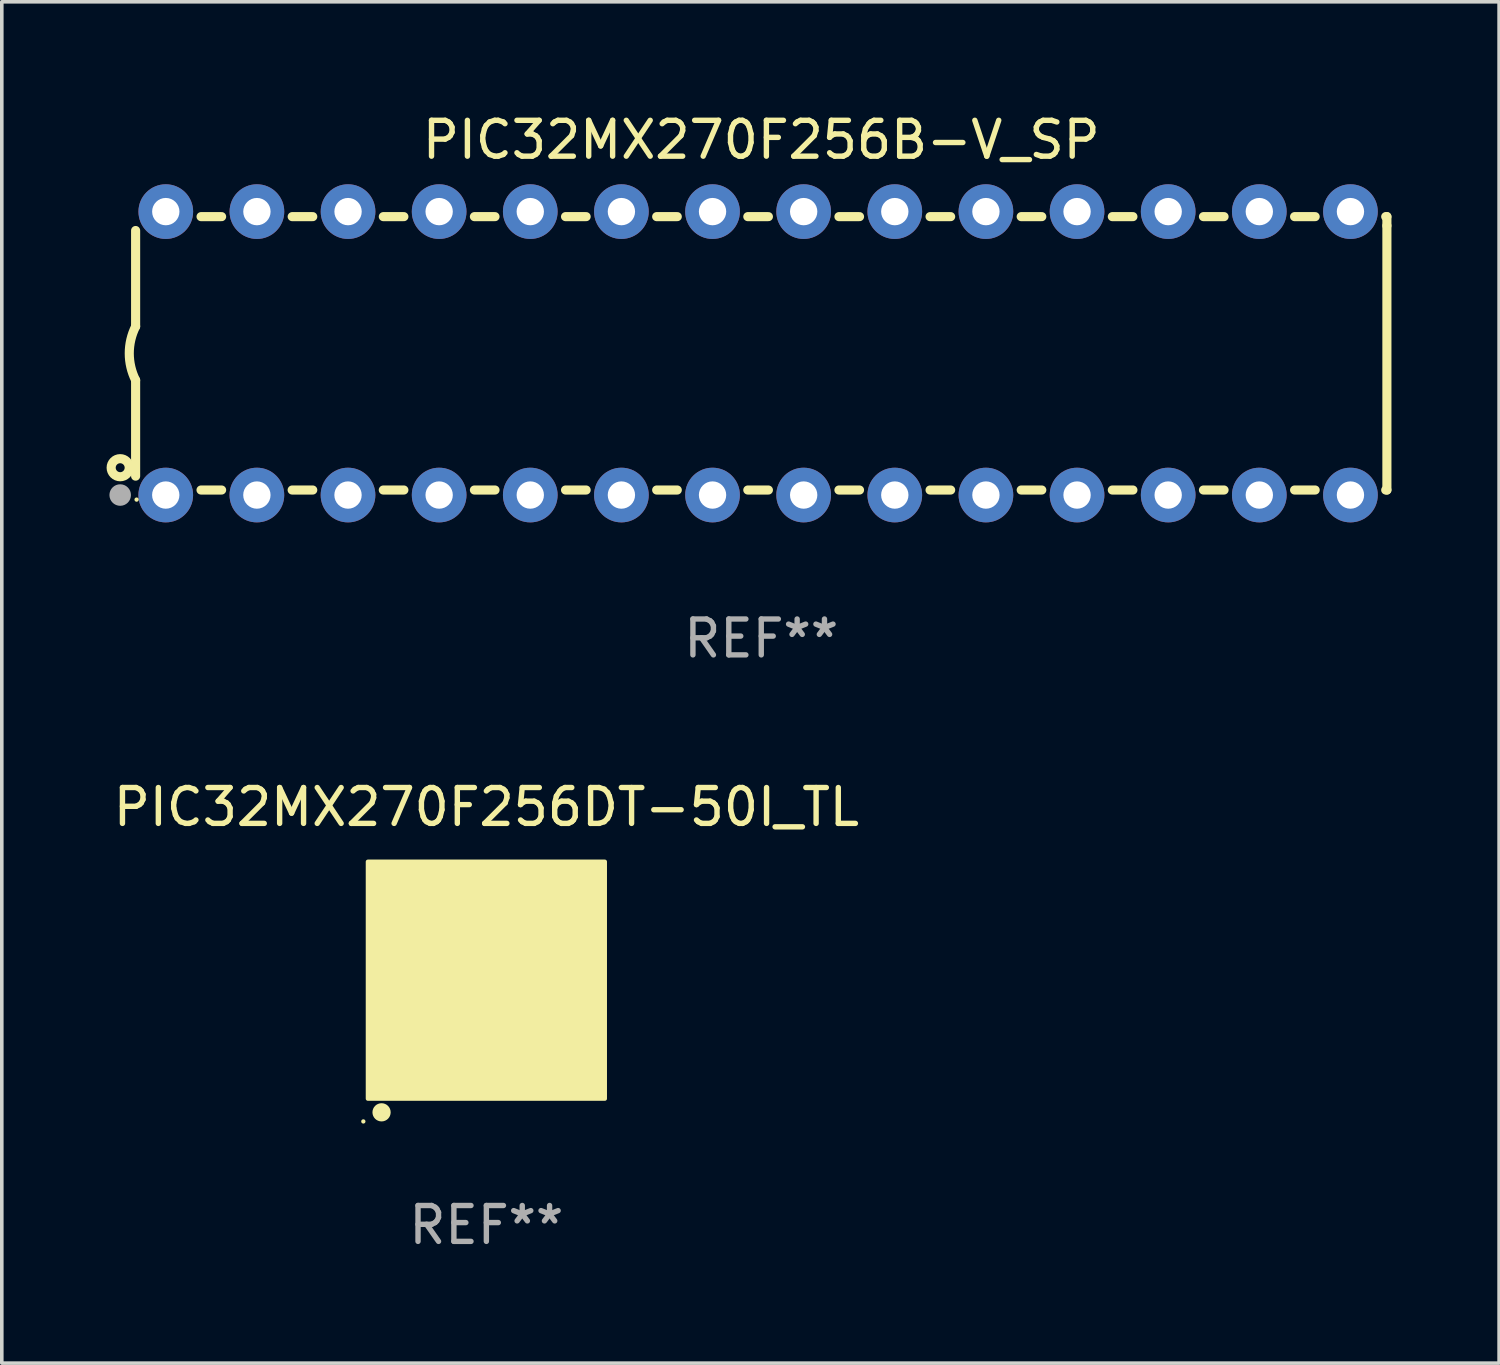
<source format=kicad_pcb>
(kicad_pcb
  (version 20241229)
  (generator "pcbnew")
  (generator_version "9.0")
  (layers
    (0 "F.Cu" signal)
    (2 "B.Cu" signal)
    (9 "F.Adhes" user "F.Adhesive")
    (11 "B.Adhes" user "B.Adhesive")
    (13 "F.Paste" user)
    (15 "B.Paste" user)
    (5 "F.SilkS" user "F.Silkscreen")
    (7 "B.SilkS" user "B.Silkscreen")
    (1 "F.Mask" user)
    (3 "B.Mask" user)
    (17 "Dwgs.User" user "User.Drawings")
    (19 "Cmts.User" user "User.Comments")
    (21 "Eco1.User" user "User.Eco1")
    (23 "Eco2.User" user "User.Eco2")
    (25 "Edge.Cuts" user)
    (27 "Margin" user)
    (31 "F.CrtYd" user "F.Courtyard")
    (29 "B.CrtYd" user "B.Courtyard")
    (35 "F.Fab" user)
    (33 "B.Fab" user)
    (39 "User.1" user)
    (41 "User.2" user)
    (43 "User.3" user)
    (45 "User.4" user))
  (footprint "PIC32MX270F256DT-50I_TL"
    (layer "F.Cu")
    (at 10.506 24.27)
    (property "Reference" "PIC32MX270F256DT-50I_TL" (at 0 -4.825 0) (layer "F.SilkS") (effects (font (size 1 1) (thickness 0.15))))
    (attr through_hole)
    (fp_circle (center -3.429 3.937) (end -3.399 3.937) (stroke (width 0.06) (type solid)) (fill no) (layer "F.SilkS"))
    (fp_circle (center -2.921 3.683) (end -2.794 3.683) (stroke (width 0.254) (type solid)) (fill no) (layer "F.SilkS"))
    (fp_poly (pts (xy -3.302 -3.302) (xy 3.302 -3.302) (xy 3.302 3.302) (xy -3.302 3.302)) (stroke (width 0.12) (type solid)) (fill yes) (layer "F.SilkS"))
    (fp_text user "REF**" (at 0 6.825 0) (layer "F.Fab") (effects (font (size 1 1) (thickness 0.15))))
    (pad "1" smd rect (at -2.25 2.825) (size 0.3 0.45) (layers "F.Cu" "F.Mask" "F.Paste"))
    (pad "2" smd rect (at -1.75 2.825) (size 0.3 0.45) (layers "F.Cu" "F.Mask" "F.Paste"))
    (pad "3" smd rect (at -1.25 2.825) (size 0.3 0.45) (layers "F.Cu" "F.Mask" "F.Paste"))
    (pad "4" smd rect (at -0.75 2.825) (size 0.3 0.45) (layers "F.Cu" "F.Mask" "F.Paste"))
    (pad "5" smd rect (at -0.25 2.825) (size 0.3 0.45) (layers "F.Cu" "F.Mask" "F.Paste"))
    (pad "6" smd rect (at 0.25 2.825) (size 0.3 0.45) (layers "F.Cu" "F.Mask" "F.Paste"))
    (pad "7" smd rect (at 0.75 2.825) (size 0.3 0.45) (layers "F.Cu" "F.Mask" "F.Paste"))
    (pad "8" smd rect (at 1.25 2.825) (size 0.3 0.45) (layers "F.Cu" "F.Mask" "F.Paste"))
    (pad "9" smd rect (at 1.75 2.825) (size 0.3 0.45) (layers "F.Cu" "F.Mask" "F.Paste"))
    (pad "10" smd rect (at 2.25 2.825) (size 0.3 0.45) (layers "F.Cu" "F.Mask" "F.Paste"))
    (pad "11" smd rect (at 2.825 2.825 90) (size 0.45 0.45) (layers "F.Cu" "F.Mask" "F.Paste"))
    (pad "12" smd rect (at 2.825 2.25 90) (size 0.3 0.45) (layers "F.Cu" "F.Mask" "F.Paste"))
    (pad "13" smd rect (at 2.825 1.75 90) (size 0.3 0.45) (layers "F.Cu" "F.Mask" "F.Paste"))
    (pad "14" smd rect (at 2.825 1.25 90) (size 0.3 0.45) (layers "F.Cu" "F.Mask" "F.Paste"))
    (pad "15" smd rect (at 2.825 0.75 90) (size 0.3 0.45) (layers "F.Cu" "F.Mask" "F.Paste"))
    (pad "16" smd rect (at 2.825 0.25 90) (size 0.3 0.45) (layers "F.Cu" "F.Mask" "F.Paste"))
    (pad "17" smd rect (at 2.825 -0.25 90) (size 0.3 0.45) (layers "F.Cu" "F.Mask" "F.Paste"))
    (pad "18" smd rect (at 2.825 -0.75 90) (size 0.3 0.45) (layers "F.Cu" "F.Mask" "F.Paste"))
    (pad "19" smd rect (at 2.825 -1.25 90) (size 0.3 0.45) (layers "F.Cu" "F.Mask" "F.Paste"))
    (pad "20" smd rect (at 2.825 -1.75 90) (size 0.3 0.45) (layers "F.Cu" "F.Mask" "F.Paste"))
    (pad "21" smd rect (at 2.825 -2.25 90) (size 0.3 0.45) (layers "F.Cu" "F.Mask" "F.Paste"))
    (pad "22" smd rect (at 2.825 -2.825 90) (size 0.45 0.45) (layers "F.Cu" "F.Mask" "F.Paste"))
    (pad "23" smd rect (at 2.25 -2.825) (size 0.3 0.45) (layers "F.Cu" "F.Mask" "F.Paste"))
    (pad "24" smd rect (at 1.75 -2.825) (size 0.3 0.45) (layers "F.Cu" "F.Mask" "F.Paste"))
    (pad "25" smd rect (at 1.25 -2.825) (size 0.3 0.45) (layers "F.Cu" "F.Mask" "F.Paste"))
    (pad "26" smd rect (at 0.75 -2.825) (size 0.3 0.45) (layers "F.Cu" "F.Mask" "F.Paste"))
    (pad "27" smd rect (at 0.25 -2.825) (size 0.3 0.45) (layers "F.Cu" "F.Mask" "F.Paste"))
    (pad "28" smd rect (at -0.25 -2.825) (size 0.3 0.45) (layers "F.Cu" "F.Mask" "F.Paste"))
    (pad "29" smd rect (at -0.75 -2.825) (size 0.3 0.45) (layers "F.Cu" "F.Mask" "F.Paste"))
    (pad "30" smd rect (at -1.25 -2.825) (size 0.3 0.45) (layers "F.Cu" "F.Mask" "F.Paste"))
    (pad "31" smd rect (at -1.75 -2.825) (size 0.3 0.45) (layers "F.Cu" "F.Mask" "F.Paste"))
    (pad "32" smd rect (at -2.25 -2.825) (size 0.3 0.45) (layers "F.Cu" "F.Mask" "F.Paste"))
    (pad "33" smd rect (at -2.825 -2.825 90) (size 0.45 0.45) (layers "F.Cu" "F.Mask" "F.Paste"))
    (pad "34" smd rect (at -2.825 -2.25 90) (size 0.3 0.45) (layers "F.Cu" "F.Mask" "F.Paste"))
    (pad "35" smd rect (at -2.825 -1.75 90) (size 0.3 0.45) (layers "F.Cu" "F.Mask" "F.Paste"))
    (pad "36" smd rect (at -2.825 -1.25 90) (size 0.3 0.45) (layers "F.Cu" "F.Mask" "F.Paste"))
    (pad "37" smd rect (at -2.825 -0.75 90) (size 0.3 0.45) (layers "F.Cu" "F.Mask" "F.Paste"))
    (pad "38" smd rect (at -2.825 -0.25 90) (size 0.3 0.45) (layers "F.Cu" "F.Mask" "F.Paste"))
    (pad "39" smd rect (at -2.825 0.25 90) (size 0.3 0.45) (layers "F.Cu" "F.Mask" "F.Paste"))
    (pad "40" smd rect (at -2.825 0.75 90) (size 0.3 0.45) (layers "F.Cu" "F.Mask" "F.Paste"))
    (pad "41" smd rect (at -2.825 1.25 90) (size 0.3 0.45) (layers "F.Cu" "F.Mask" "F.Paste"))
    (pad "42" smd rect (at -2.825 1.75 90) (size 0.3 0.45) (layers "F.Cu" "F.Mask" "F.Paste"))
    (pad "43" smd rect (at -2.825 2.25 90) (size 0.3 0.45) (layers "F.Cu" "F.Mask" "F.Paste"))
    (pad "44" smd rect (at -2.825 2.825 90) (size 0.45 0.45) (layers "F.Cu" "F.Mask" "F.Paste"))
    (pad "45" smd rect (at 0 0 90) (size 4.6 4.6) (layers "F.Cu" "F.Mask" "F.Paste")))
  (footprint "PIC32MX270F256B-V_SP"
    (layer "F.Cu")
    (at 18.168 6.798)
    (property "Reference" "PIC32MX270F256B-V_SP" (at 0 -5.95 0) (layer "F.SilkS") (effects (font (size 1 1) (thickness 0.15))))
    (attr through_hole)
    (fp_line (start -17.438 0.75) (end -17.438 3.423) (stroke (width 0.254) (type solid)) (layer "F.SilkS"))
    (fp_line (start -17.438 -3.423) (end -17.438 -0.75) (stroke (width 0.254) (type solid)) (layer "F.SilkS"))
    (fp_line (start -15.615 3.81) (end -15.041 3.81) (stroke (width 0.254) (type solid)) (layer "F.SilkS"))
    (fp_line (start -15.041 -3.81) (end -15.614 -3.81) (stroke (width 0.254) (type solid)) (layer "F.SilkS"))
    (fp_line (start -13.075 3.81) (end -12.501 3.81) (stroke (width 0.254) (type solid)) (layer "F.SilkS"))
    (fp_line (start -12.501 -3.81) (end -13.074 -3.81) (stroke (width 0.254) (type solid)) (layer "F.SilkS"))
    (fp_line (start -10.535 3.81) (end -9.961 3.81) (stroke (width 0.254) (type solid)) (layer "F.SilkS"))
    (fp_line (start -9.961 -3.81) (end -10.534 -3.81) (stroke (width 0.254) (type solid)) (layer "F.SilkS"))
    (fp_line (start -7.995 3.81) (end -7.421 3.81) (stroke (width 0.254) (type solid)) (layer "F.SilkS"))
    (fp_line (start -7.421 -3.81) (end -7.995 -3.81) (stroke (width 0.254) (type solid)) (layer "F.SilkS"))
    (fp_line (start -5.455 3.81) (end -4.881 3.81) (stroke (width 0.254) (type solid)) (layer "F.SilkS"))
    (fp_line (start -4.881 -3.81) (end -5.455 -3.81) (stroke (width 0.254) (type solid)) (layer "F.SilkS"))
    (fp_line (start -2.915 3.81) (end -2.341 3.81) (stroke (width 0.254) (type solid)) (layer "F.SilkS"))
    (fp_line (start -2.341 -3.81) (end -2.915 -3.81) (stroke (width 0.254) (type solid)) (layer "F.SilkS"))
    (fp_line (start -0.375 3.81) (end 0.199 3.81) (stroke (width 0.254) (type solid)) (layer "F.SilkS"))
    (fp_line (start 0.199 -3.81) (end -0.375 -3.81) (stroke (width 0.254) (type solid)) (layer "F.SilkS"))
    (fp_line (start 2.165 3.81) (end 2.739 3.81) (stroke (width 0.254) (type solid)) (layer "F.SilkS"))
    (fp_line (start 2.739 -3.81) (end 2.165 -3.81) (stroke (width 0.254) (type solid)) (layer "F.SilkS"))
    (fp_line (start 4.705 3.81) (end 5.279 3.81) (stroke (width 0.254) (type solid)) (layer "F.SilkS"))
    (fp_line (start 5.279 -3.81) (end 4.705 -3.81) (stroke (width 0.254) (type solid)) (layer "F.SilkS"))
    (fp_line (start 7.245 3.81) (end 7.819 3.81) (stroke (width 0.254) (type solid)) (layer "F.SilkS"))
    (fp_line (start 7.819 -3.81) (end 7.245 -3.81) (stroke (width 0.254) (type solid)) (layer "F.SilkS"))
    (fp_line (start 9.785 3.81) (end 10.359 3.81) (stroke (width 0.254) (type solid)) (layer "F.SilkS"))
    (fp_line (start 10.359 -3.81) (end 9.785 -3.81) (stroke (width 0.254) (type solid)) (layer "F.SilkS"))
    (fp_line (start 12.325 3.81) (end 12.899 3.81) (stroke (width 0.254) (type solid)) (layer "F.SilkS"))
    (fp_line (start 12.899 -3.81) (end 12.325 -3.81) (stroke (width 0.254) (type solid)) (layer "F.SilkS"))
    (fp_line (start 14.865 3.81) (end 15.439 3.81) (stroke (width 0.254) (type solid)) (layer "F.SilkS"))
    (fp_line (start 15.439 -3.81) (end 14.865 -3.81) (stroke (width 0.254) (type solid)) (layer "F.SilkS"))
    (fp_line (start 17.405 3.81) (end 17.438 3.81) (stroke (width 0.254) (type solid)) (layer "F.SilkS"))
    (fp_line (start 17.438 -3.81) (end 17.405 -3.81) (stroke (width 0.254) (type solid)) (layer "F.SilkS"))
    (fp_line (start 17.438 -3.556) (end 17.438 -3.81) (stroke (width 0.254) (type solid)) (layer "F.SilkS"))
    (fp_line (start 17.438 3.81) (end 17.438 -3.556) (stroke (width 0.254) (type solid)) (layer "F.SilkS"))
    (fp_arc (start -17.437986 0.749657) (mid -17.614887 -0.000024) (end -17.437783 -0.749657) (stroke (width 0.254001) (type solid)) (layer "F.SilkS"))
    (fp_circle (center -17.868 3.188) (end -17.743 3.188) (stroke (width 0.254) (type solid)) (fill no) (layer "F.SilkS"))
    (fp_circle (center -17.411 4.077) (end -17.381 4.077) (stroke (width 0.06) (type solid)) (fill no) (layer "F.SilkS"))
    (fp_circle (center -17.868 3.95) (end -17.718 3.95) (stroke (width 0.3) (type solid)) (fill no) (layer "F.Fab"))
    (fp_text user "REF**" (at 0 7.95 0) (layer "F.Fab") (effects (font (size 1 1) (thickness 0.15))))
    (pad "1" thru_hole circle (at -16.598 3.95) (size 1.524 1.524) (drill 0.762) (layers "*.Cu" "*.Mask"))
    (pad "2" thru_hole circle (at -14.058 3.95) (size 1.524 1.524) (drill 0.762) (layers "*.Cu" "*.Mask"))
    (pad "3" thru_hole circle (at -11.518 3.95) (size 1.524 1.524) (drill 0.762) (layers "*.Cu" "*.Mask"))
    (pad "4" thru_hole circle (at -8.978 3.95) (size 1.524 1.524) (drill 0.762) (layers "*.Cu" "*.Mask"))
    (pad "5" thru_hole circle (at -6.438 3.95) (size 1.524 1.524) (drill 0.762) (layers "*.Cu" "*.Mask"))
    (pad "6" thru_hole circle (at -3.898 3.95) (size 1.524 1.524) (drill 0.762) (layers "*.Cu" "*.Mask"))
    (pad "7" thru_hole circle (at -1.358 3.95) (size 1.524 1.524) (drill 0.762) (layers "*.Cu" "*.Mask"))
    (pad "8" thru_hole circle (at 1.182 3.95) (size 1.524 1.524) (drill 0.762) (layers "*.Cu" "*.Mask"))
    (pad "9" thru_hole circle (at 3.722 3.95) (size 1.524 1.524) (drill 0.762) (layers "*.Cu" "*.Mask"))
    (pad "10" thru_hole circle (at 6.262 3.95) (size 1.524 1.524) (drill 0.762) (layers "*.Cu" "*.Mask"))
    (pad "11" thru_hole circle (at 8.802 3.95) (size 1.524 1.524) (drill 0.762) (layers "*.Cu" "*.Mask"))
    (pad "12" thru_hole circle (at 11.342 3.95) (size 1.524 1.524) (drill 0.762) (layers "*.Cu" "*.Mask"))
    (pad "13" thru_hole circle (at 13.882 3.95) (size 1.524 1.524) (drill 0.762) (layers "*.Cu" "*.Mask"))
    (pad "14" thru_hole circle (at 16.422 3.95) (size 1.524 1.524) (drill 0.762) (layers "*.Cu" "*.Mask"))
    (pad "15" thru_hole circle (at 16.422 -3.95) (size 1.524 1.524) (drill 0.762) (layers "*.Cu" "*.Mask"))
    (pad "16" thru_hole circle (at 13.882 -3.95) (size 1.524 1.524) (drill 0.762) (layers "*.Cu" "*.Mask"))
    (pad "17" thru_hole circle (at 11.342 -3.95) (size 1.524 1.524) (drill 0.762) (layers "*.Cu" "*.Mask"))
    (pad "18" thru_hole circle (at 8.802 -3.95) (size 1.524 1.524) (drill 0.762) (layers "*.Cu" "*.Mask"))
    (pad "19" thru_hole circle (at 6.262 -3.95) (size 1.524 1.524) (drill 0.762) (layers "*.Cu" "*.Mask"))
    (pad "20" thru_hole circle (at 3.722 -3.95) (size 1.524 1.524) (drill 0.762) (layers "*.Cu" "*.Mask"))
    (pad "21" thru_hole circle (at 1.182 -3.95) (size 1.524 1.524) (drill 0.762) (layers "*.Cu" "*.Mask"))
    (pad "22" thru_hole circle (at -1.358 -3.95) (size 1.524 1.524) (drill 0.762) (layers "*.Cu" "*.Mask"))
    (pad "23" thru_hole circle (at -3.898 -3.95) (size 1.524 1.524) (drill 0.762) (layers "*.Cu" "*.Mask"))
    (pad "24" thru_hole circle (at -6.438 -3.95) (size 1.524 1.524) (drill 0.762) (layers "*.Cu" "*.Mask"))
    (pad "25" thru_hole circle (at -8.978 -3.95) (size 1.524 1.524) (drill 0.762) (layers "*.Cu" "*.Mask"))
    (pad "26" thru_hole circle (at -11.517 -3.95) (size 1.524 1.524) (drill 0.762) (layers "*.Cu" "*.Mask"))
    (pad "27" thru_hole circle (at -14.057 -3.95) (size 1.524 1.524) (drill 0.762) (layers "*.Cu" "*.Mask"))
    (pad "28" thru_hole circle (at -16.597 -3.95) (size 1.524 1.524) (drill 0.762) (layers "*.Cu" "*.Mask")))
  (gr_rect
    (start -3 -3)
    (end 38.733 34.943)
    (stroke (width 0.1) (type default))
    (fill no)
    (layer "Edge.Cuts")))
</source>
